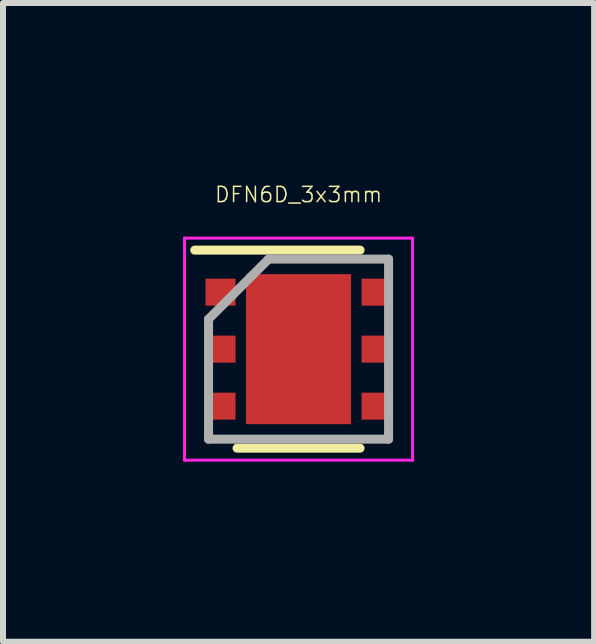
<source format=kicad_pcb>
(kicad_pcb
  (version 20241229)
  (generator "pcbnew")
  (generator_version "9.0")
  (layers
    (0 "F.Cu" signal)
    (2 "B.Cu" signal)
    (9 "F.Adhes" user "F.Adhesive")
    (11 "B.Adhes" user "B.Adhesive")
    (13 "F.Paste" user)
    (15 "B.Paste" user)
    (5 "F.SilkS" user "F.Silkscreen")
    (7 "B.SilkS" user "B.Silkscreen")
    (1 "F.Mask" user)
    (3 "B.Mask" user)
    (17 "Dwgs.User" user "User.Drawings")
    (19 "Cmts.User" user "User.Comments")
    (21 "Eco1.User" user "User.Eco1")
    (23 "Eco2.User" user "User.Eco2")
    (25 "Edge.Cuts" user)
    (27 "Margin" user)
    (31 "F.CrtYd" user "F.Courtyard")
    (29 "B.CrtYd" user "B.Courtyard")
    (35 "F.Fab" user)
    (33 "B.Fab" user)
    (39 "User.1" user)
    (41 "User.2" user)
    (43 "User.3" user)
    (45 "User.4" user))
  (footprint "DFN6D_3x3mm"
    (layer "F.Cu")
    (at 1.925 2.768)
    (property "Reference" "DFN6D_3x3mm" (at 0 -2.575 0) (layer "F.SilkS") (effects (font (size 0.254 0.254) (thickness 0.025))))
    (attr smd)
    (fp_line (start -1.73 -1.65) (end 1.025 -1.65) (stroke (width 0.15) (type solid)) (layer "F.SilkS"))
    (fp_line (start -1.025 1.65) (end 1.025 1.65) (stroke (width 0.15) (type solid)) (layer "F.SilkS"))
    (fp_line (start -1.9 -1.85) (end -1.9 1.85) (stroke (width 0.05) (type solid)) (layer "F.CrtYd"))
    (fp_line (start -1.9 -1.85) (end 1.9 -1.85) (stroke (width 0.05) (type solid)) (layer "F.CrtYd"))
    (fp_line (start -1.9 1.85) (end 1.9 1.85) (stroke (width 0.05) (type solid)) (layer "F.CrtYd"))
    (fp_line (start 1.9 -1.85) (end 1.9 1.85) (stroke (width 0.05) (type solid)) (layer "F.CrtYd"))
    (fp_line (start -1.5 -0.5) (end -0.5 -1.5) (stroke (width 0.15) (type solid)) (layer "F.Fab"))
    (fp_line (start -1.5 1.5) (end -1.5 -0.5) (stroke (width 0.15) (type solid)) (layer "F.Fab"))
    (fp_line (start -0.5 -1.5) (end 1.5 -1.5) (stroke (width 0.15) (type solid)) (layer "F.Fab"))
    (fp_line (start 1.5 -1.5) (end 1.5 1.5) (stroke (width 0.15) (type solid)) (layer "F.Fab"))
    (fp_line (start 1.5 1.5) (end -1.5 1.5) (stroke (width 0.15) (type solid)) (layer "F.Fab"))
    (pad "1" smd rect (at -1.3 -0.95) (size 0.5 0.45) (layers "F.Cu" "F.Mask" "F.Paste"))
    (pad "2" smd rect (at -1.3 0) (size 0.5 0.45) (layers "F.Cu" "F.Mask" "F.Paste"))
    (pad "3" smd rect (at -1.3 0.95) (size 0.5 0.45) (layers "F.Cu" "F.Mask" "F.Paste"))
    (pad "4" smd rect (at 1.3 0.95) (size 0.5 0.45) (layers "F.Cu" "F.Mask" "F.Paste"))
    (pad "5" smd rect (at 1.3 0) (size 0.5 0.45) (layers "F.Cu" "F.Mask" "F.Paste"))
    (pad "6" smd rect (at 1.3 -0.95) (size 0.5 0.45) (layers "F.Cu" "F.Mask" "F.Paste"))
    (pad "7" smd rect (at 0 0) (size 1.75 2.5) (layers "F.Cu" "F.Mask" "F.Paste")))
  (gr_rect
    (start -3 -3)
    (end 6.85 7.643)
    (stroke (width 0.1) (type default))
    (fill no)
    (layer "Edge.Cuts")))
</source>
